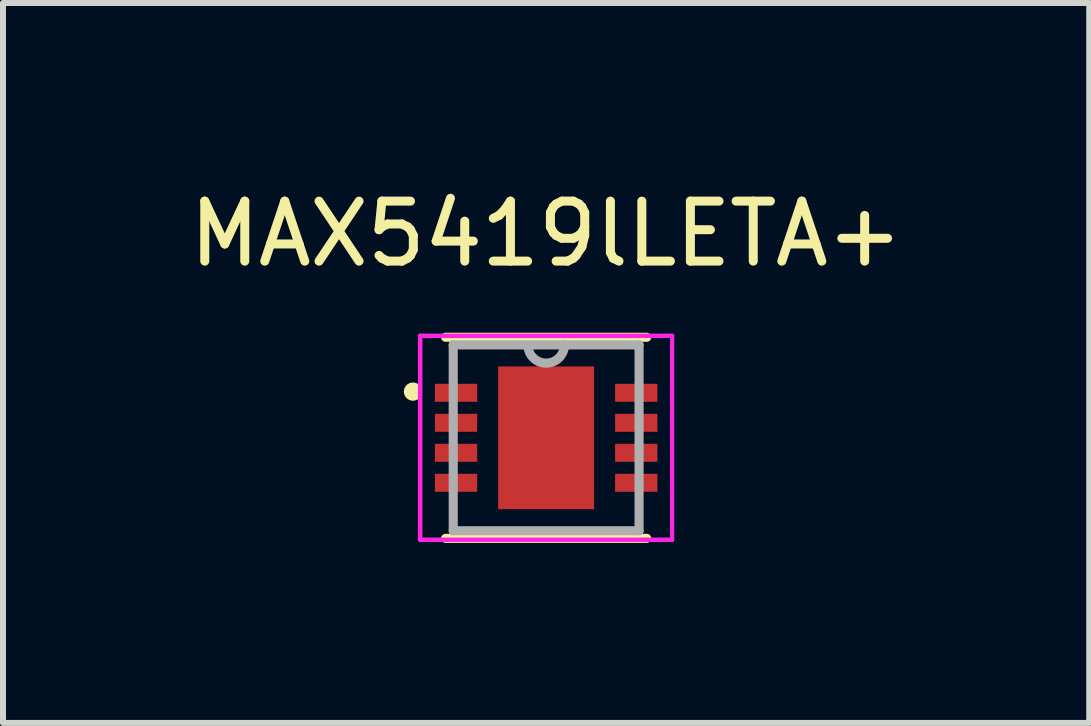
<source format=kicad_pcb>
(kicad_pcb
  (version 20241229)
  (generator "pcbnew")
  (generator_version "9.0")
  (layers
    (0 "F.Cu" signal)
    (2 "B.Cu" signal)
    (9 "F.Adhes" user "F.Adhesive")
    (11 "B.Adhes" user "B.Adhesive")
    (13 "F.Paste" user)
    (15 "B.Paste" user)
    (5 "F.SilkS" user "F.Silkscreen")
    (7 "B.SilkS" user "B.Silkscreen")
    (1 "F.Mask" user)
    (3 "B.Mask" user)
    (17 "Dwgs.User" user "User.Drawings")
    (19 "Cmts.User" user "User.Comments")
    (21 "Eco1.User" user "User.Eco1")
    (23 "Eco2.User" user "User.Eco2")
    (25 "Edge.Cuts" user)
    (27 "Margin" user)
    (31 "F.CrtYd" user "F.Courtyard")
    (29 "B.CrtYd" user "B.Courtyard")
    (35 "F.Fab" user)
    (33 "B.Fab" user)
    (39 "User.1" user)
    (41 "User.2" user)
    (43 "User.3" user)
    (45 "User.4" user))
  (footprint "MAX5419lLETA+"
    (layer "F.Cu")
    (at 6.054 4.248)
    (property "Reference" "MAX5419lLETA+" (at 0 -3.4 0) (layer "F.SilkS") (effects (font (size 1 1) (thickness 0.15))))
    (attr through_hole)
    (fp_line (start -1.676 1.676) (end 1.676 1.676) (stroke (width 0.152) (type solid)) (layer "F.SilkS"))
    (fp_line (start 1.676 -1.676) (end -1.676 -1.676) (stroke (width 0.152) (type solid)) (layer "F.SilkS"))
    (fp_circle (center -2.22 -0.77) (end -2.144 -0.77) (stroke (width 0.152) (type solid)) (fill no) (layer "F.SilkS"))
    (fp_line (start -0.8 -1.194) (end -0.8 1.194) (stroke (width 0.152) (type solid)) (layer "F.Paste"))
    (fp_line (start -0.8 1.194) (end 0.8 1.194) (stroke (width 0.152) (type solid)) (layer "F.Paste"))
    (fp_line (start 0.8 -1.194) (end -0.8 -1.194) (stroke (width 0.152) (type solid)) (layer "F.Paste"))
    (fp_line (start 0.8 1.194) (end 0.8 -1.194) (stroke (width 0.152) (type solid)) (layer "F.Paste"))
    (fp_line (start -2.1 -1.7) (end -2.1 1.7) (stroke (width 0.075) (type solid)) (layer "F.CrtYd"))
    (fp_line (start -2.1 1.7) (end 2.1 1.7) (stroke (width 0.075) (type solid)) (layer "F.CrtYd"))
    (fp_line (start 2.1 -1.7) (end -2.1 -1.7) (stroke (width 0.075) (type solid)) (layer "F.CrtYd"))
    (fp_line (start 2.1 1.7) (end 2.1 -1.7) (stroke (width 0.07) (type solid)) (layer "F.CrtYd"))
    (fp_line (start -1.549 -1.549) (end -1.549 1.549) (stroke (width 0.152) (type solid)) (layer "F.Fab"))
    (fp_line (start -1.549 1.549) (end 1.549 1.549) (stroke (width 0.152) (type solid)) (layer "F.Fab"))
    (fp_line (start 1.549 -1.549) (end -1.549 -1.549) (stroke (width 0.152) (type solid)) (layer "F.Fab"))
    (fp_line (start 1.549 1.549) (end 1.549 -1.549) (stroke (width 0.152) (type solid)) (layer "F.Fab"))
    (fp_arc (start 0.3048 -1.5494) (mid 0 -1.2446) (end -0.3048 -1.5494) (stroke (width 0.1524) (type solid)) (layer "F.Fab"))
    (pad "1" smd rect (at -1.502 -0.75) (size 0.705 0.3) (layers "F.Cu" "F.Mask" "F.Paste"))
    (pad "2" smd rect (at -1.502 -0.25) (size 0.705 0.3) (layers "F.Cu" "F.Mask" "F.Paste"))
    (pad "3" smd rect (at -1.502 0.25) (size 0.705 0.3) (layers "F.Cu" "F.Mask" "F.Paste"))
    (pad "4" smd rect (at -1.502 0.75) (size 0.705 0.3) (layers "F.Cu" "F.Mask" "F.Paste"))
    (pad "5" smd rect (at 1.502 0.75) (size 0.705 0.3) (layers "F.Cu" "F.Mask" "F.Paste"))
    (pad "6" smd rect (at 1.502 0.25) (size 0.705 0.3) (layers "F.Cu" "F.Mask" "F.Paste"))
    (pad "7" smd rect (at 1.502 -0.25) (size 0.705 0.3) (layers "F.Cu" "F.Mask" "F.Paste"))
    (pad "8" smd rect (at 1.502 -0.75) (size 0.705 0.3) (layers "F.Cu" "F.Mask" "F.Paste"))
    (pad "9" smd rect (at 0 0) (size 1.6 2.38) (layers "F.Cu" "F.Mask" "F.Paste")))
  (gr_rect
    (start -3 -3)
    (end 15.107 9.001)
    (stroke (width 0.1) (type default))
    (fill no)
    (layer "Edge.Cuts")))
</source>
